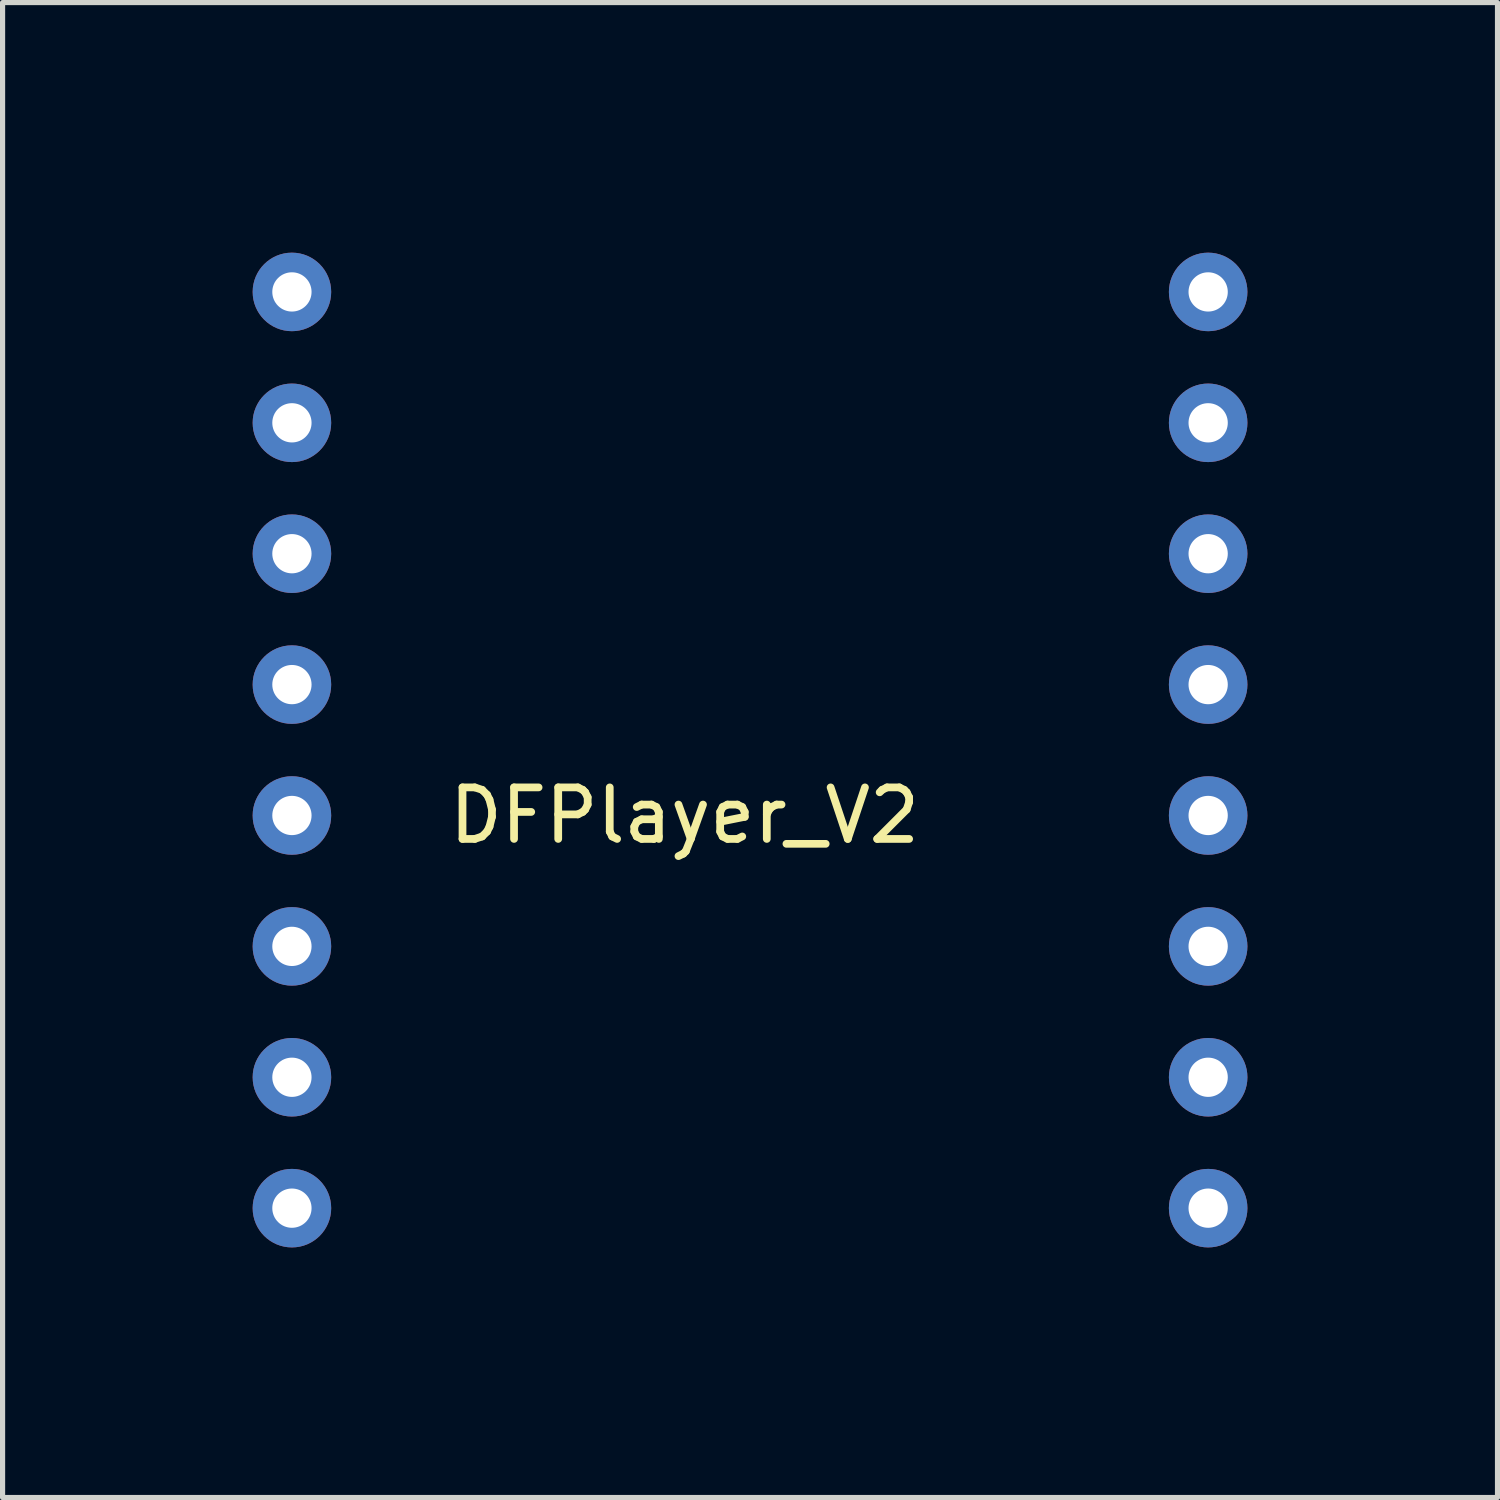
<source format=kicad_pcb>
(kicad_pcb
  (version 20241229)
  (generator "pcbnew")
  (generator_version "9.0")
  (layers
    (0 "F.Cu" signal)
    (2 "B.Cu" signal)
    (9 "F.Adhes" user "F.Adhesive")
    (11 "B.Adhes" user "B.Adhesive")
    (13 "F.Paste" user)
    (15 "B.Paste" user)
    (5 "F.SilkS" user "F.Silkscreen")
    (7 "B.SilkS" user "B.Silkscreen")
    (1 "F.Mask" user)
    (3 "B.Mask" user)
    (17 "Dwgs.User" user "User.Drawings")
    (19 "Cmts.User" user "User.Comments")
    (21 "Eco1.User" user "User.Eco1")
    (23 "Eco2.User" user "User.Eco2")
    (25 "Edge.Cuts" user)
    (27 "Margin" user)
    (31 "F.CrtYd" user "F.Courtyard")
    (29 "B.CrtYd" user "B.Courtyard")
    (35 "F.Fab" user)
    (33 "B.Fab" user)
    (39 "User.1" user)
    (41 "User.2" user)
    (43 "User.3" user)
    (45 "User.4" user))
  (footprint "DFPlayer_V2"
    (layer "F.Cu")
    (at 10.235 2.615)
    (property "Reference" "DFPlayer_V2" (at 0 10.16 0) (layer "F.SilkS") (effects (font (size 1 1) (thickness 0.15))))
    (attr through_hole)
    (fp_line (start -10.16 -2.54) (end 12.7 -2.54) (stroke (width 0.15) (type solid)) (layer "B.Mask"))
    (fp_line (start -10.16 20.32) (end -10.16 -2.54) (stroke (width 0.15) (type solid)) (layer "B.Mask"))
    (fp_line (start 12.7 -2.54) (end 12.7 20.32) (stroke (width 0.15) (type solid)) (layer "B.Mask"))
    (fp_line (start 12.7 20.32) (end -10.16 20.32) (stroke (width 0.15) (type solid)) (layer "B.Mask"))
    (pad "1" thru_hole circle (at -7.62 0) (size 1.524 1.524) (drill 0.762) (layers "*.Cu" "*.Mask"))
    (pad "2" thru_hole circle (at -7.62 2.54) (size 1.524 1.524) (drill 0.762) (layers "*.Cu" "*.Mask"))
    (pad "3" thru_hole circle (at -7.62 5.08) (size 1.524 1.524) (drill 0.762) (layers "*.Cu" "*.Mask"))
    (pad "4" thru_hole circle (at -7.62 7.62) (size 1.524 1.524) (drill 0.762) (layers "*.Cu" "*.Mask"))
    (pad "5" thru_hole circle (at -7.62 10.16) (size 1.524 1.524) (drill 0.762) (layers "*.Cu" "*.Mask"))
    (pad "6" thru_hole circle (at -7.62 12.7) (size 1.524 1.524) (drill 0.762) (layers "*.Cu" "*.Mask"))
    (pad "7" thru_hole circle (at -7.62 15.24) (size 1.524 1.524) (drill 0.762) (layers "*.Cu" "*.Mask"))
    (pad "8" thru_hole circle (at -7.62 17.78) (size 1.524 1.524) (drill 0.762) (layers "*.Cu" "*.Mask"))
    (pad "9" thru_hole circle (at 10.16 17.78) (size 1.524 1.524) (drill 0.762) (layers "*.Cu" "*.Mask"))
    (pad "10" thru_hole circle (at 10.16 15.24) (size 1.524 1.524) (drill 0.762) (layers "*.Cu" "*.Mask"))
    (pad "11" thru_hole circle (at 10.16 12.7) (size 1.524 1.524) (drill 0.762) (layers "*.Cu" "*.Mask"))
    (pad "12" thru_hole circle (at 10.16 10.16) (size 1.524 1.524) (drill 0.762) (layers "*.Cu" "*.Mask"))
    (pad "13" thru_hole circle (at 10.16 7.62) (size 1.524 1.524) (drill 0.762) (layers "*.Cu" "*.Mask"))
    (pad "14" thru_hole circle (at 10.16 5.08) (size 1.524 1.524) (drill 0.762) (layers "*.Cu" "*.Mask"))
    (pad "15" thru_hole circle (at 10.16 2.54) (size 1.524 1.524) (drill 0.762) (layers "*.Cu" "*.Mask"))
    (pad "16" thru_hole circle (at 10.16 0) (size 1.524 1.524) (drill 0.762) (layers "*.Cu" "*.Mask")))
  (gr_rect
    (start -3 -3)
    (end 26.01 26.01)
    (stroke (width 0.1) (type default))
    (fill no)
    (layer "Edge.Cuts")))
</source>
